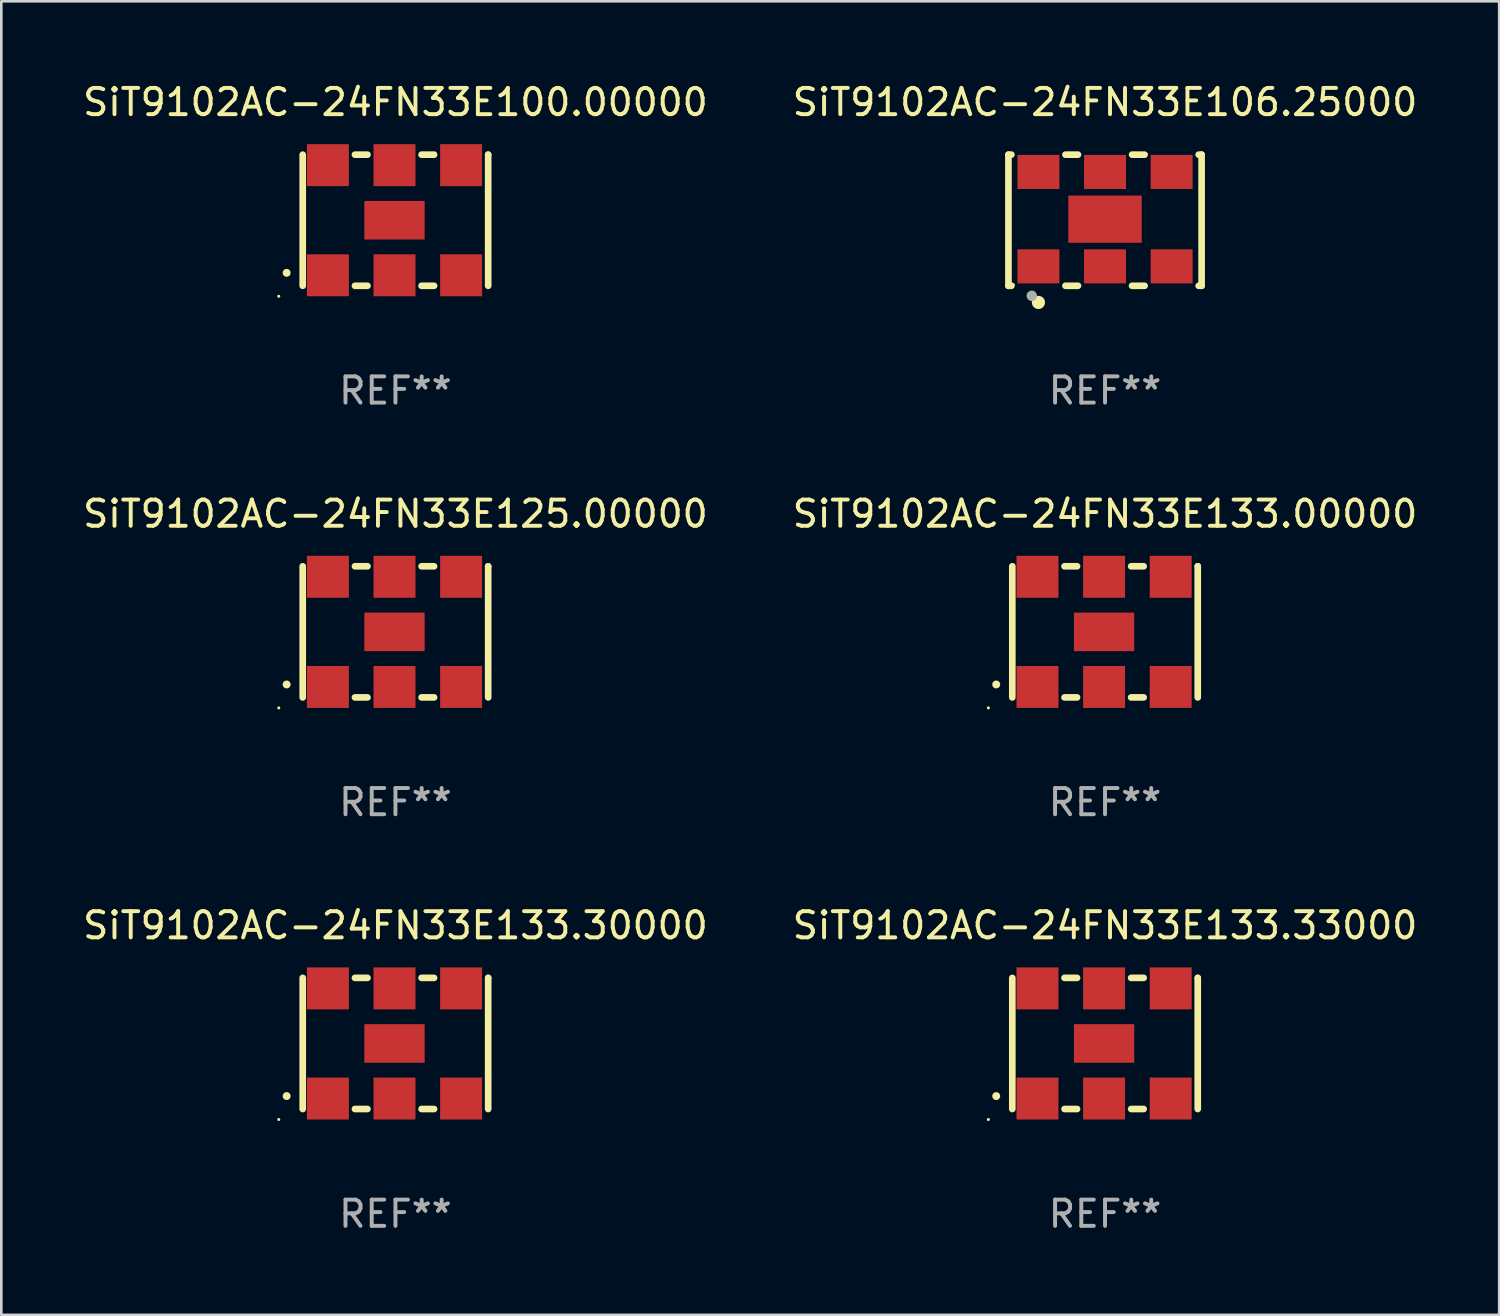
<source format=kicad_pcb>
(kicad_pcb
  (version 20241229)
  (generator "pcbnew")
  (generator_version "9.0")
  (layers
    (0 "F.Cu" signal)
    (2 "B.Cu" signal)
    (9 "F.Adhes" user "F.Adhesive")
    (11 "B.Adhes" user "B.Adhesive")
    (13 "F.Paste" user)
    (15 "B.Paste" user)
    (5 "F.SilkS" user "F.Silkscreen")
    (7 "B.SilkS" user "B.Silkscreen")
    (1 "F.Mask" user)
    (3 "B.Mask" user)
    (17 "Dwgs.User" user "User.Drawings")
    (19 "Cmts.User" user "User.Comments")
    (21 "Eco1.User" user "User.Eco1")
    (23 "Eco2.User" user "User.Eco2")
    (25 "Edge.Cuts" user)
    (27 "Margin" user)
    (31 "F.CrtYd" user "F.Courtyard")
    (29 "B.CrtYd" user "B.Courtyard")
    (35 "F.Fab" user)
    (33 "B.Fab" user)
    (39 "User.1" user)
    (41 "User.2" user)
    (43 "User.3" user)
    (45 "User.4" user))
  (footprint "SiT9102AC-24FN33E100.00000"
    (layer "F.Cu")
    (at 12.03 5.348)
    (property "Reference" "SiT9102AC-24FN33E100.00000" (at 0 -4.5 0) (layer "F.SilkS") (effects (font (size 1 1) (thickness 0.15))))
    (attr through_hole)
    (fp_line (start -3.536 -2.5) (end -3.536 2.5) (stroke (width 0.254) (type solid)) (layer "F.SilkS"))
    (fp_line (start -1.544 2.5) (end -1.067 2.5) (stroke (width 0.254) (type solid)) (layer "F.SilkS"))
    (fp_line (start -1.067 -2.5) (end -1.544 -2.5) (stroke (width 0.254) (type solid)) (layer "F.SilkS"))
    (fp_line (start 0.996 2.5) (end 1.473 2.5) (stroke (width 0.254) (type solid)) (layer "F.SilkS"))
    (fp_line (start 1.473 -2.5) (end 0.996 -2.5) (stroke (width 0.254) (type solid)) (layer "F.SilkS"))
    (fp_line (start 3.536 -2.5) (end 3.536 -2.5) (stroke (width 0.254) (type solid)) (layer "F.SilkS"))
    (fp_line (start 3.536 2.5) (end 3.536 -2.5) (stroke (width 0.254) (type solid)) (layer "F.SilkS"))
    (fp_arc (start -4.150432 2.006604) (mid -4.149162 2.006599) (end -4.147892 2.006604) (stroke (width 0.3) (type solid)) (layer "F.SilkS"))
    (fp_circle (center -4.449 2.9) (end -4.419 2.9) (stroke (width 0.06) (type solid)) (fill no) (layer "F.SilkS"))
    (fp_text user "REF**" (at 0 6.5 0) (layer "F.Fab") (effects (font (size 1 1) (thickness 0.15))))
    (pad "1" smd rect (at -2.576 2.1) (size 1.6 1.6) (layers "F.Cu" "F.Mask" "F.Paste"))
    (pad "2" smd rect (at -0.036 2.1) (size 1.6 1.6) (layers "F.Cu" "F.Mask" "F.Paste"))
    (pad "3" smd rect (at 2.504 2.1) (size 1.6 1.6) (layers "F.Cu" "F.Mask" "F.Paste"))
    (pad "4" smd rect (at 2.504 -2.1) (size 1.6 1.6) (layers "F.Cu" "F.Mask" "F.Paste"))
    (pad "5" smd rect (at -0.036 -2.1) (size 1.6 1.6) (layers "F.Cu" "F.Mask" "F.Paste"))
    (pad "6" smd rect (at -2.576 -2.1) (size 1.6 1.6) (layers "F.Cu" "F.Mask" "F.Paste"))
    (pad "7" smd rect (at -0.036 0) (size 2.3 1.47) (layers "F.Cu" "F.Mask" "F.Paste")))
  (footprint "SiT9102AC-24FN33E133.30000"
    (layer "F.Cu")
    (at 12.03 36.741)
    (property "Reference" "SiT9102AC-24FN33E133.30000" (at 0 -4.5 0) (layer "F.SilkS") (effects (font (size 1 1) (thickness 0.15))))
    (attr through_hole)
    (fp_line (start -3.536 -2.5) (end -3.536 2.5) (stroke (width 0.254) (type solid)) (layer "F.SilkS"))
    (fp_line (start -1.544 2.5) (end -1.067 2.5) (stroke (width 0.254) (type solid)) (layer "F.SilkS"))
    (fp_line (start -1.067 -2.5) (end -1.544 -2.5) (stroke (width 0.254) (type solid)) (layer "F.SilkS"))
    (fp_line (start 0.996 2.5) (end 1.473 2.5) (stroke (width 0.254) (type solid)) (layer "F.SilkS"))
    (fp_line (start 1.473 -2.5) (end 0.996 -2.5) (stroke (width 0.254) (type solid)) (layer "F.SilkS"))
    (fp_line (start 3.536 -2.5) (end 3.536 -2.5) (stroke (width 0.254) (type solid)) (layer "F.SilkS"))
    (fp_line (start 3.536 2.5) (end 3.536 -2.5) (stroke (width 0.254) (type solid)) (layer "F.SilkS"))
    (fp_arc (start -4.150432 2.006604) (mid -4.149162 2.006599) (end -4.147892 2.006604) (stroke (width 0.3) (type solid)) (layer "F.SilkS"))
    (fp_circle (center -4.449 2.9) (end -4.419 2.9) (stroke (width 0.06) (type solid)) (fill no) (layer "F.SilkS"))
    (fp_text user "REF**" (at 0 6.5 0) (layer "F.Fab") (effects (font (size 1 1) (thickness 0.15))))
    (pad "1" smd rect (at -2.576 2.1) (size 1.6 1.6) (layers "F.Cu" "F.Mask" "F.Paste"))
    (pad "2" smd rect (at -0.036 2.1) (size 1.6 1.6) (layers "F.Cu" "F.Mask" "F.Paste"))
    (pad "3" smd rect (at 2.504 2.1) (size 1.6 1.6) (layers "F.Cu" "F.Mask" "F.Paste"))
    (pad "4" smd rect (at 2.504 -2.1) (size 1.6 1.6) (layers "F.Cu" "F.Mask" "F.Paste"))
    (pad "5" smd rect (at -0.036 -2.1) (size 1.6 1.6) (layers "F.Cu" "F.Mask" "F.Paste"))
    (pad "6" smd rect (at -2.576 -2.1) (size 1.6 1.6) (layers "F.Cu" "F.Mask" "F.Paste"))
    (pad "7" smd rect (at -0.036 0) (size 2.3 1.47) (layers "F.Cu" "F.Mask" "F.Paste")))
  (footprint "SiT9102AC-24FN33E106.25000"
    (layer "F.Cu")
    (at 39.089 5.348)
    (property "Reference" "SiT9102AC-24FN33E106.25000" (at 0 -4.5 0) (layer "F.SilkS") (effects (font (size 1 1) (thickness 0.15))))
    (attr through_hole)
    (fp_line (start -3.683 -2.5) (end -3.571 -2.5) (stroke (width 0.254) (type solid)) (layer "F.SilkS"))
    (fp_line (start -3.683 2.5) (end -3.683 -2.5) (stroke (width 0.254) (type solid)) (layer "F.SilkS"))
    (fp_line (start -3.683 2.5) (end -3.571 2.5) (stroke (width 0.254) (type solid)) (layer "F.SilkS"))
    (fp_line (start -1.509 -2.5) (end -1.031 -2.5) (stroke (width 0.254) (type solid)) (layer "F.SilkS"))
    (fp_line (start -1.509 2.5) (end -1.031 2.5) (stroke (width 0.254) (type solid)) (layer "F.SilkS"))
    (fp_line (start 1.031 -2.5) (end 1.509 -2.5) (stroke (width 0.254) (type solid)) (layer "F.SilkS"))
    (fp_line (start 1.031 2.5) (end 1.509 2.5) (stroke (width 0.254) (type solid)) (layer "F.SilkS"))
    (fp_line (start 3.571 -2.5) (end 3.683 -2.5) (stroke (width 0.254) (type solid)) (layer "F.SilkS"))
    (fp_line (start 3.571 2.5) (end 3.683 2.5) (stroke (width 0.254) (type solid)) (layer "F.SilkS"))
    (fp_line (start 3.683 2.5) (end 3.683 -2.5) (stroke (width 0.254) (type solid)) (layer "F.SilkS"))
    (fp_circle (center -3.5 2.46) (end -3.47 2.46) (stroke (width 0.06) (type solid)) (fill no) (layer "F.SilkS"))
    (fp_circle (center -2.54 3.135) (end -2.413 3.135) (stroke (width 0.254) (type solid)) (fill no) (layer "F.SilkS"))
    (fp_circle (center -2.794 2.881) (end -2.694 2.881) (stroke (width 0.2) (type solid)) (fill no) (layer "F.Fab"))
    (fp_text user "REF**" (at 0 6.5 0) (layer "F.Fab") (effects (font (size 1 1) (thickness 0.15))))
    (pad "1" smd rect (at -2.54 1.76) (size 1.6 1.3) (layers "F.Cu" "F.Mask" "F.Paste"))
    (pad "2" smd rect (at 0 1.76) (size 1.6 1.3) (layers "F.Cu" "F.Mask" "F.Paste"))
    (pad "3" smd rect (at 2.54 1.76) (size 1.6 1.3) (layers "F.Cu" "F.Mask" "F.Paste"))
    (pad "4" smd rect (at 2.54 -1.84) (size 1.6 1.3) (layers "F.Cu" "F.Mask" "F.Paste"))
    (pad "5" smd rect (at 0 -1.84) (size 1.6 1.3) (layers "F.Cu" "F.Mask" "F.Paste"))
    (pad "6" smd rect (at -2.54 -1.84) (size 1.6 1.3) (layers "F.Cu" "F.Mask" "F.Paste"))
    (pad "7" smd rect (at 0 -0.04) (size 2.8 1.8) (layers "F.Cu" "F.Mask" "F.Paste")))
  (footprint "SiT9102AC-24FN33E133.00000"
    (layer "F.Cu")
    (at 39.089 21.045)
    (property "Reference" "SiT9102AC-24FN33E133.00000" (at 0 -4.5 0) (layer "F.SilkS") (effects (font (size 1 1) (thickness 0.15))))
    (attr through_hole)
    (fp_line (start -3.536 -2.5) (end -3.536 2.5) (stroke (width 0.254) (type solid)) (layer "F.SilkS"))
    (fp_line (start -1.544 2.5) (end -1.067 2.5) (stroke (width 0.254) (type solid)) (layer "F.SilkS"))
    (fp_line (start -1.067 -2.5) (end -1.544 -2.5) (stroke (width 0.254) (type solid)) (layer "F.SilkS"))
    (fp_line (start 0.996 2.5) (end 1.473 2.5) (stroke (width 0.254) (type solid)) (layer "F.SilkS"))
    (fp_line (start 1.473 -2.5) (end 0.996 -2.5) (stroke (width 0.254) (type solid)) (layer "F.SilkS"))
    (fp_line (start 3.536 -2.5) (end 3.536 -2.5) (stroke (width 0.254) (type solid)) (layer "F.SilkS"))
    (fp_line (start 3.536 2.5) (end 3.536 -2.5) (stroke (width 0.254) (type solid)) (layer "F.SilkS"))
    (fp_arc (start -4.150432 2.006604) (mid -4.149162 2.006599) (end -4.147892 2.006604) (stroke (width 0.3) (type solid)) (layer "F.SilkS"))
    (fp_circle (center -4.449 2.9) (end -4.419 2.9) (stroke (width 0.06) (type solid)) (fill no) (layer "F.SilkS"))
    (fp_text user "REF**" (at 0 6.5 0) (layer "F.Fab") (effects (font (size 1 1) (thickness 0.15))))
    (pad "1" smd rect (at -2.576 2.1) (size 1.6 1.6) (layers "F.Cu" "F.Mask" "F.Paste"))
    (pad "2" smd rect (at -0.036 2.1) (size 1.6 1.6) (layers "F.Cu" "F.Mask" "F.Paste"))
    (pad "3" smd rect (at 2.504 2.1) (size 1.6 1.6) (layers "F.Cu" "F.Mask" "F.Paste"))
    (pad "4" smd rect (at 2.504 -2.1) (size 1.6 1.6) (layers "F.Cu" "F.Mask" "F.Paste"))
    (pad "5" smd rect (at -0.036 -2.1) (size 1.6 1.6) (layers "F.Cu" "F.Mask" "F.Paste"))
    (pad "6" smd rect (at -2.576 -2.1) (size 1.6 1.6) (layers "F.Cu" "F.Mask" "F.Paste"))
    (pad "7" smd rect (at -0.036 0) (size 2.3 1.47) (layers "F.Cu" "F.Mask" "F.Paste")))
  (footprint "SiT9102AC-24FN33E133.33000"
    (layer "F.Cu")
    (at 39.089 36.741)
    (property "Reference" "SiT9102AC-24FN33E133.33000" (at 0 -4.5 0) (layer "F.SilkS") (effects (font (size 1 1) (thickness 0.15))))
    (attr through_hole)
    (fp_line (start -3.536 -2.5) (end -3.536 2.5) (stroke (width 0.254) (type solid)) (layer "F.SilkS"))
    (fp_line (start -1.544 2.5) (end -1.067 2.5) (stroke (width 0.254) (type solid)) (layer "F.SilkS"))
    (fp_line (start -1.067 -2.5) (end -1.544 -2.5) (stroke (width 0.254) (type solid)) (layer "F.SilkS"))
    (fp_line (start 0.996 2.5) (end 1.473 2.5) (stroke (width 0.254) (type solid)) (layer "F.SilkS"))
    (fp_line (start 1.473 -2.5) (end 0.996 -2.5) (stroke (width 0.254) (type solid)) (layer "F.SilkS"))
    (fp_line (start 3.536 -2.5) (end 3.536 -2.5) (stroke (width 0.254) (type solid)) (layer "F.SilkS"))
    (fp_line (start 3.536 2.5) (end 3.536 -2.5) (stroke (width 0.254) (type solid)) (layer "F.SilkS"))
    (fp_arc (start -4.150432 2.006604) (mid -4.149162 2.006599) (end -4.147892 2.006604) (stroke (width 0.3) (type solid)) (layer "F.SilkS"))
    (fp_circle (center -4.449 2.9) (end -4.419 2.9) (stroke (width 0.06) (type solid)) (fill no) (layer "F.SilkS"))
    (fp_text user "REF**" (at 0 6.5 0) (layer "F.Fab") (effects (font (size 1 1) (thickness 0.15))))
    (pad "1" smd rect (at -2.576 2.1) (size 1.6 1.6) (layers "F.Cu" "F.Mask" "F.Paste"))
    (pad "2" smd rect (at -0.036 2.1) (size 1.6 1.6) (layers "F.Cu" "F.Mask" "F.Paste"))
    (pad "3" smd rect (at 2.504 2.1) (size 1.6 1.6) (layers "F.Cu" "F.Mask" "F.Paste"))
    (pad "4" smd rect (at 2.504 -2.1) (size 1.6 1.6) (layers "F.Cu" "F.Mask" "F.Paste"))
    (pad "5" smd rect (at -0.036 -2.1) (size 1.6 1.6) (layers "F.Cu" "F.Mask" "F.Paste"))
    (pad "6" smd rect (at -2.576 -2.1) (size 1.6 1.6) (layers "F.Cu" "F.Mask" "F.Paste"))
    (pad "7" smd rect (at -0.036 0) (size 2.3 1.47) (layers "F.Cu" "F.Mask" "F.Paste")))
  (footprint "SiT9102AC-24FN33E125.00000"
    (layer "F.Cu")
    (at 12.03 21.045)
    (property "Reference" "SiT9102AC-24FN33E125.00000" (at 0 -4.5 0) (layer "F.SilkS") (effects (font (size 1 1) (thickness 0.15))))
    (attr through_hole)
    (fp_line (start -3.536 -2.5) (end -3.536 2.5) (stroke (width 0.254) (type solid)) (layer "F.SilkS"))
    (fp_line (start -1.544 2.5) (end -1.067 2.5) (stroke (width 0.254) (type solid)) (layer "F.SilkS"))
    (fp_line (start -1.067 -2.5) (end -1.544 -2.5) (stroke (width 0.254) (type solid)) (layer "F.SilkS"))
    (fp_line (start 0.996 2.5) (end 1.473 2.5) (stroke (width 0.254) (type solid)) (layer "F.SilkS"))
    (fp_line (start 1.473 -2.5) (end 0.996 -2.5) (stroke (width 0.254) (type solid)) (layer "F.SilkS"))
    (fp_line (start 3.536 -2.5) (end 3.536 -2.5) (stroke (width 0.254) (type solid)) (layer "F.SilkS"))
    (fp_line (start 3.536 2.5) (end 3.536 -2.5) (stroke (width 0.254) (type solid)) (layer "F.SilkS"))
    (fp_arc (start -4.150432 2.006604) (mid -4.149162 2.006599) (end -4.147892 2.006604) (stroke (width 0.3) (type solid)) (layer "F.SilkS"))
    (fp_circle (center -4.449 2.9) (end -4.419 2.9) (stroke (width 0.06) (type solid)) (fill no) (layer "F.SilkS"))
    (fp_text user "REF**" (at 0 6.5 0) (layer "F.Fab") (effects (font (size 1 1) (thickness 0.15))))
    (pad "1" smd rect (at -2.576 2.1) (size 1.6 1.6) (layers "F.Cu" "F.Mask" "F.Paste"))
    (pad "2" smd rect (at -0.036 2.1) (size 1.6 1.6) (layers "F.Cu" "F.Mask" "F.Paste"))
    (pad "3" smd rect (at 2.504 2.1) (size 1.6 1.6) (layers "F.Cu" "F.Mask" "F.Paste"))
    (pad "4" smd rect (at 2.504 -2.1) (size 1.6 1.6) (layers "F.Cu" "F.Mask" "F.Paste"))
    (pad "5" smd rect (at -0.036 -2.1) (size 1.6 1.6) (layers "F.Cu" "F.Mask" "F.Paste"))
    (pad "6" smd rect (at -2.576 -2.1) (size 1.6 1.6) (layers "F.Cu" "F.Mask" "F.Paste"))
    (pad "7" smd rect (at -0.036 0) (size 2.3 1.47) (layers "F.Cu" "F.Mask" "F.Paste")))
  (gr_rect
    (start -3 -3)
    (end 54.119 47.09)
    (stroke (width 0.1) (type default))
    (fill no)
    (layer "Edge.Cuts")))
</source>
